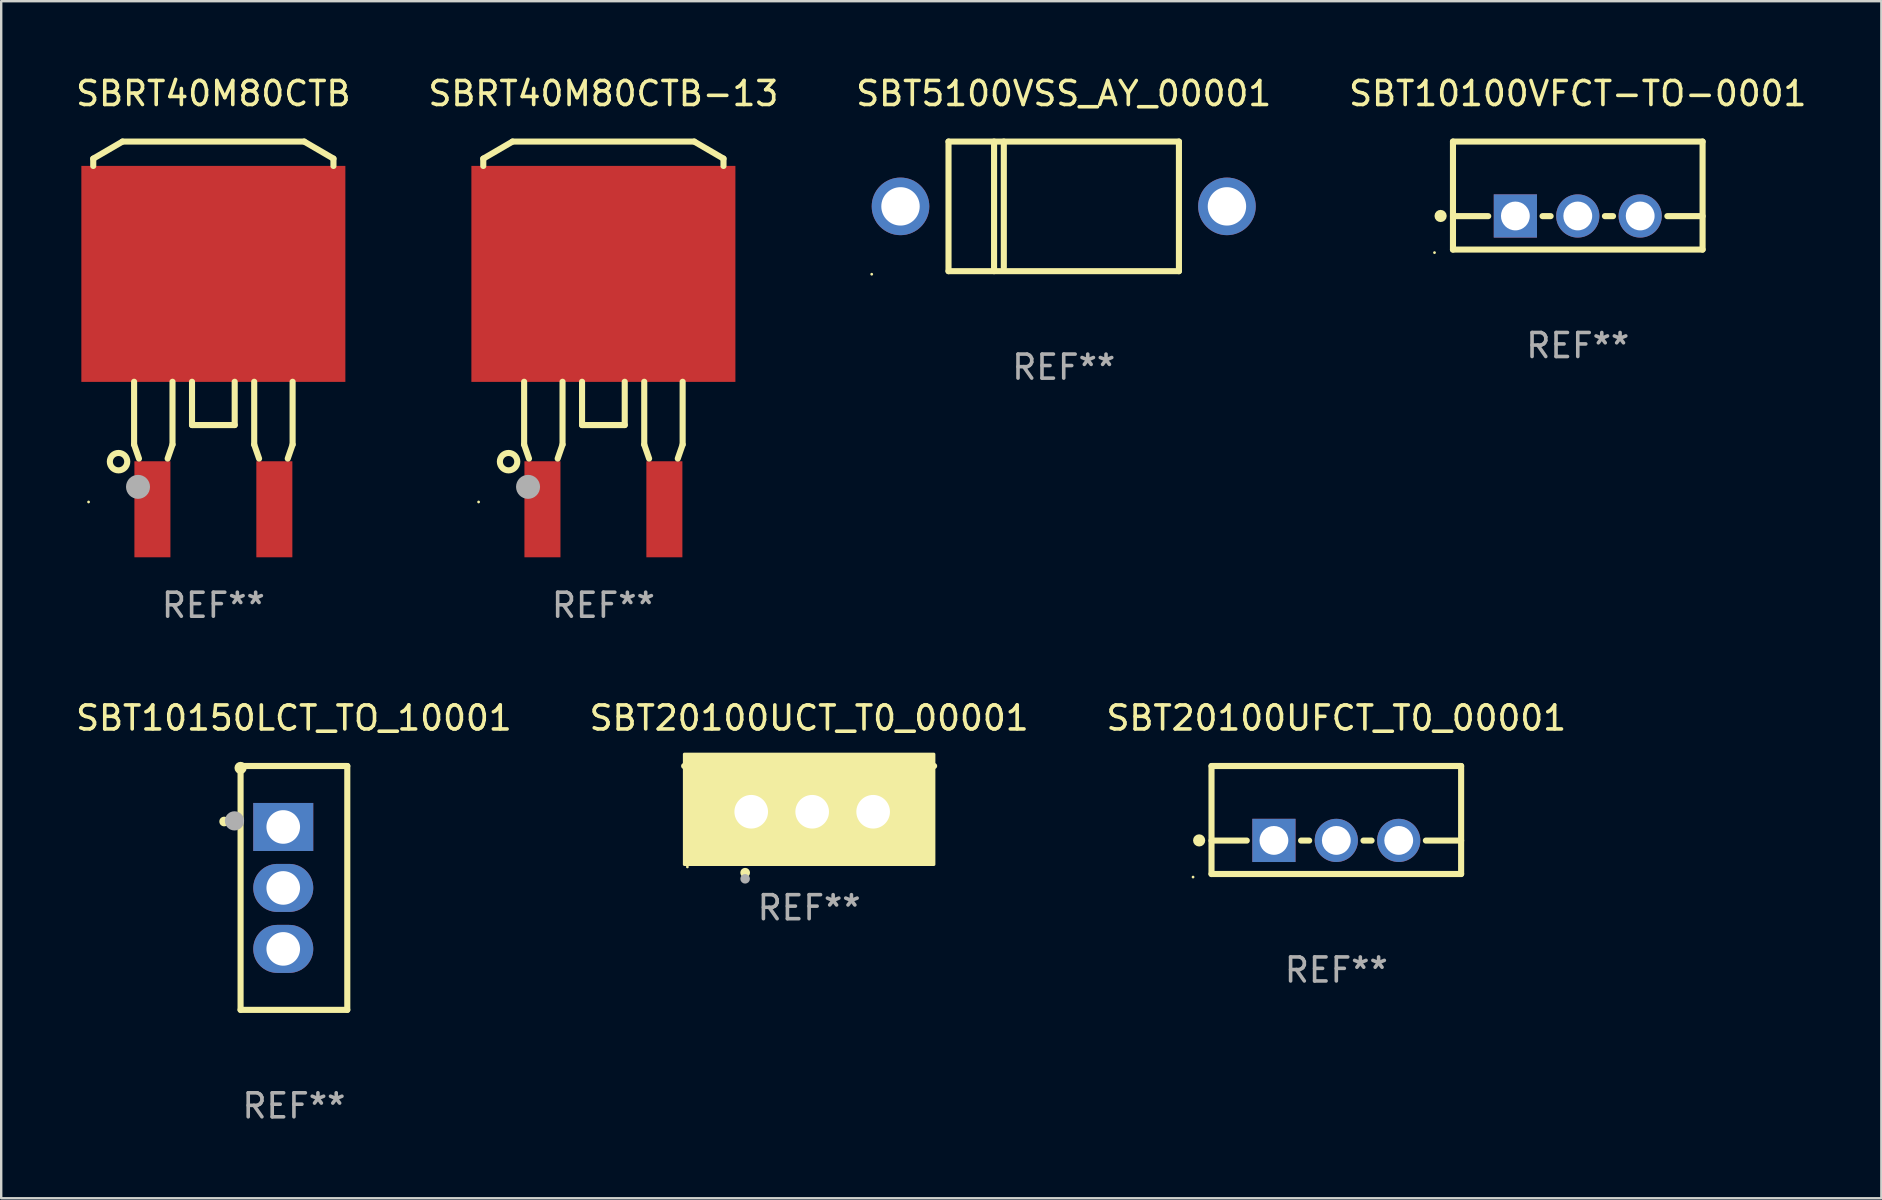
<source format=kicad_pcb>
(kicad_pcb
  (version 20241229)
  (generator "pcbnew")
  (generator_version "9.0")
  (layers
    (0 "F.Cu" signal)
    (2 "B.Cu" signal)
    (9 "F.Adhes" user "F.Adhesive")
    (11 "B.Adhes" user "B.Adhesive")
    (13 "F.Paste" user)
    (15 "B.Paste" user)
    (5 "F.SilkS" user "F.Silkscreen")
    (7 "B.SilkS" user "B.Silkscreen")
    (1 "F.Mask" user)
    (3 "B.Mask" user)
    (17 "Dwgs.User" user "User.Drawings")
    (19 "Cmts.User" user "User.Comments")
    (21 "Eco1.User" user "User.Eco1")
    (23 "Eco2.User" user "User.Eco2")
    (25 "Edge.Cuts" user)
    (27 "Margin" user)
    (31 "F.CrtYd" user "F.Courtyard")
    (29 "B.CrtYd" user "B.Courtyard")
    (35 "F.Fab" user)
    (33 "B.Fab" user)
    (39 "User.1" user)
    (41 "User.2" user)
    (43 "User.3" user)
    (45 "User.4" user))
  (footprint "SBT10150LCT_TO_10001"
    (layer "F.Cu")
    (at 9.196 33.944)
    (property "Reference" "SBT10150LCT_TO_10001" (at 0 -7.08 0) (layer "F.SilkS") (effects (font (size 1 1) (thickness 0.15))))
    (attr through_hole)
    (fp_line (start -2.223 -4.953) (end -2.223 5.08) (stroke (width 0.254) (type solid)) (layer "F.SilkS"))
    (fp_line (start -2.223 5.08) (end 2.223 5.08) (stroke (width 0.254) (type solid)) (layer "F.SilkS"))
    (fp_line (start 2.223 -5.08) (end -2.223 -5.08) (stroke (width 0.254) (type solid)) (layer "F.SilkS"))
    (fp_line (start 2.223 5.08) (end 2.223 -5.08) (stroke (width 0.254) (type solid)) (layer "F.SilkS"))
    (fp_arc (start -2.908306 -2.766066) (mid -2.90831 -2.767336) (end -2.908306 -2.768606) (stroke (width 0.4) (type solid)) (layer "F.SilkS"))
    (fp_circle (center -2.223 -5) (end -2.096 -5) (stroke (width 0.254) (type solid)) (fill no) (layer "F.SilkS"))
    (fp_circle (center -2.477 -2.794) (end -2.277 -2.794) (stroke (width 0.4) (type solid)) (fill no) (layer "F.Fab"))
    (fp_text user "REF**" (at 0 9.08 0) (layer "F.Fab") (effects (font (size 1 1) (thickness 0.15))))
    (pad "1" thru_hole rect (at -0.445 -2.54 270) (size 2 2.5) (drill 1.4) (layers "*.Cu" "*.Mask"))
    (pad "2" thru_hole oval (at -0.445 0 270) (size 2 2.5) (drill 1.4) (layers "*.Cu" "*.Mask"))
    (pad "3" thru_hole oval (at -0.445 2.54 270) (size 2 2.5) (drill 1.4) (layers "*.Cu" "*.Mask")))
  (footprint "SBT5100VSS_AY_00001"
    (layer "F.Cu")
    (at 41.268 5.548)
    (property "Reference" "SBT5100VSS_AY_00001" (at 0 -4.7 0) (layer "F.SilkS") (effects (font (size 1 1) (thickness 0.15))))
    (attr through_hole)
    (fp_line (start -4.8 -2.7) (end -4.8 2.7) (stroke (width 0.254) (type solid)) (layer "F.SilkS"))
    (fp_line (start -4.8 -2.7) (end 4.8 -2.7) (stroke (width 0.254) (type solid)) (layer "F.SilkS"))
    (fp_line (start -2.902 -2.7) (end -2.902 2.7) (stroke (width 0.254) (type solid)) (layer "F.SilkS"))
    (fp_line (start -2.496 -2.7) (end -2.496 2.54) (stroke (width 0.254) (type solid)) (layer "F.SilkS"))
    (fp_line (start 4.8 -2.7) (end 4.8 2.7) (stroke (width 0.254) (type solid)) (layer "F.SilkS"))
    (fp_line (start 4.8 2.7) (end -4.8 2.7) (stroke (width 0.254) (type solid)) (layer "F.SilkS"))
    (fp_circle (center -8 2.827) (end -7.97 2.827) (stroke (width 0.06) (type solid)) (fill no) (layer "F.SilkS"))
    (fp_text user "REF**" (at 0 6.7 0) (layer "F.Fab") (effects (font (size 1 1) (thickness 0.15))))
    (pad "1" thru_hole circle (at -6.8 0) (size 2.4 2.4) (drill 1.6) (layers "*.Cu" "*.Mask"))
    (pad "2" thru_hole circle (at 6.8 0) (size 2.4 2.4) (drill 1.6) (layers "*.Cu" "*.Mask")))
  (footprint "SBT20100UFCT_T0_00001"
    (layer "F.Cu")
    (at 52.625 31.114)
    (property "Reference" "SBT20100UFCT_T0_00001" (at 0 -4.25 0) (layer "F.SilkS") (effects (font (size 1 1) (thickness 0.15))))
    (attr through_hole)
    (fp_line (start -5.2 -2.25) (end -5.2 2.25) (stroke (width 0.254) (type solid)) (layer "F.SilkS"))
    (fp_line (start -5.2 -2.25) (end 5.2 -2.25) (stroke (width 0.254) (type solid)) (layer "F.SilkS"))
    (fp_line (start -5.2 0.857) (end -3.731 0.857) (stroke (width 0.254) (type solid)) (layer "F.SilkS"))
    (fp_line (start -5.2 2.25) (end 5.2 2.25) (stroke (width 0.254) (type solid)) (layer "F.SilkS"))
    (fp_line (start -1.469 0.857) (end -1.131 0.857) (stroke (width 0.254) (type solid)) (layer "F.SilkS"))
    (fp_line (start 1.131 0.857) (end 1.469 0.857) (stroke (width 0.254) (type solid)) (layer "F.SilkS"))
    (fp_line (start 3.731 0.857) (end 5.2 0.857) (stroke (width 0.254) (type solid)) (layer "F.SilkS"))
    (fp_line (start 5.2 -2.25) (end 5.2 2.25) (stroke (width 0.254) (type solid)) (layer "F.SilkS"))
    (fp_circle (center -5.969 2.377) (end -5.939 2.377) (stroke (width 0.06) (type solid)) (fill no) (layer "F.SilkS"))
    (fp_circle (center -5.715 0.85) (end -5.588 0.85) (stroke (width 0.254) (type solid)) (fill no) (layer "F.SilkS"))
    (fp_text user "REF**" (at 0 6.25 0) (layer "F.Fab") (effects (font (size 1 1) (thickness 0.15))))
    (pad "1" thru_hole rect (at -2.6 0.85) (size 1.8 1.8) (drill 1.2) (layers "*.Cu" "*.Mask"))
    (pad "2" thru_hole circle (at 0 0.85) (size 1.8 1.8) (drill 1.2) (layers "*.Cu" "*.Mask"))
    (pad "3" thru_hole circle (at 2.6 0.85) (size 1.8 1.8) (drill 1.2) (layers "*.Cu" "*.Mask")))
  (footprint "SBT10100VFCT-TO-0001"
    (layer "F.Cu")
    (at 62.685 5.098)
    (property "Reference" "SBT10100VFCT-TO-0001" (at 0 -4.25 0) (layer "F.SilkS") (effects (font (size 1 1) (thickness 0.15))))
    (attr through_hole)
    (fp_line (start -5.2 -2.25) (end -5.2 2.25) (stroke (width 0.254) (type solid)) (layer "F.SilkS"))
    (fp_line (start -5.2 -2.25) (end 5.2 -2.25) (stroke (width 0.254) (type solid)) (layer "F.SilkS"))
    (fp_line (start -5.2 0.857) (end -3.731 0.857) (stroke (width 0.254) (type solid)) (layer "F.SilkS"))
    (fp_line (start -5.2 2.25) (end 5.2 2.25) (stroke (width 0.254) (type solid)) (layer "F.SilkS"))
    (fp_line (start -1.469 0.857) (end -1.131 0.857) (stroke (width 0.254) (type solid)) (layer "F.SilkS"))
    (fp_line (start 1.131 0.857) (end 1.469 0.857) (stroke (width 0.254) (type solid)) (layer "F.SilkS"))
    (fp_line (start 3.731 0.857) (end 5.2 0.857) (stroke (width 0.254) (type solid)) (layer "F.SilkS"))
    (fp_line (start 5.2 -2.25) (end 5.2 2.25) (stroke (width 0.254) (type solid)) (layer "F.SilkS"))
    (fp_circle (center -5.969 2.377) (end -5.939 2.377) (stroke (width 0.06) (type solid)) (fill no) (layer "F.SilkS"))
    (fp_circle (center -5.715 0.85) (end -5.588 0.85) (stroke (width 0.254) (type solid)) (fill no) (layer "F.SilkS"))
    (fp_text user "REF**" (at 0 6.25 0) (layer "F.Fab") (effects (font (size 1 1) (thickness 0.15))))
    (pad "1" thru_hole rect (at -2.6 0.85) (size 1.8 1.8) (drill 1.2) (layers "*.Cu" "*.Mask"))
    (pad "2" thru_hole circle (at 0 0.85) (size 1.8 1.8) (drill 1.2) (layers "*.Cu" "*.Mask"))
    (pad "3" thru_hole circle (at 2.6 0.85) (size 1.8 1.8) (drill 1.2) (layers "*.Cu" "*.Mask")))
  (footprint "SBRT40M80CTB"
    (layer "F.Cu")
    (at 5.839 10.508)
    (property "Reference" "SBRT40M80CTB" (at 0 -9.66 0) (layer "F.SilkS") (effects (font (size 1 1) (thickness 0.15))))
    (attr through_hole)
    (fp_line (start -5.004 -6.949) (end -3.785 -7.66) (stroke (width 0.254) (type solid)) (layer "F.SilkS"))
    (fp_line (start -5.004 -6.644) (end -5.004 -6.949) (stroke (width 0.254) (type solid)) (layer "F.SilkS"))
    (fp_line (start -3.785 -7.66) (end 3.785 -7.66) (stroke (width 0.254) (type solid)) (layer "F.SilkS"))
    (fp_line (start -3.302 2.348) (end -3.302 4.964) (stroke (width 0.254) (type solid)) (layer "F.SilkS"))
    (fp_line (start -3.302 4.964) (end -3.099 5.548) (stroke (width 0.254) (type solid)) (layer "F.SilkS"))
    (fp_line (start -1.905 5.548) (end -1.702 4.964) (stroke (width 0.254) (type solid)) (layer "F.SilkS"))
    (fp_line (start -1.702 4.964) (end -1.702 2.348) (stroke (width 0.254) (type solid)) (layer "F.SilkS"))
    (fp_line (start -0.889 2.348) (end -0.889 4.151) (stroke (width 0.254) (type solid)) (layer "F.SilkS"))
    (fp_line (start -0.889 4.151) (end 0.889 4.151) (stroke (width 0.254) (type solid)) (layer "F.SilkS"))
    (fp_line (start 0.889 4.151) (end 0.889 2.348) (stroke (width 0.254) (type solid)) (layer "F.SilkS"))
    (fp_line (start 1.702 2.348) (end 1.702 4.964) (stroke (width 0.254) (type solid)) (layer "F.SilkS"))
    (fp_line (start 1.702 4.964) (end 1.905 5.548) (stroke (width 0.254) (type solid)) (layer "F.SilkS"))
    (fp_line (start 3.099 5.548) (end 3.302 4.964) (stroke (width 0.254) (type solid)) (layer "F.SilkS"))
    (fp_line (start 3.302 4.964) (end 3.302 2.348) (stroke (width 0.254) (type solid)) (layer "F.SilkS"))
    (fp_line (start 3.785 -7.66) (end 5.004 -6.949) (stroke (width 0.254) (type solid)) (layer "F.SilkS"))
    (fp_line (start 5.004 -6.949) (end 5.004 -6.644) (stroke (width 0.254) (type solid)) (layer "F.SilkS"))
    (fp_circle (center -5.199 7.356) (end -5.169 7.356) (stroke (width 0.06) (type solid)) (fill no) (layer "F.SilkS"))
    (fp_circle (center -3.95 5.676) (end -3.587 5.676) (stroke (width 0.254) (type solid)) (fill no) (layer "F.SilkS"))
    (fp_circle (center -3.139 6.726) (end -2.889 6.726) (stroke (width 0.5) (type solid)) (fill no) (layer "F.Fab"))
    (fp_text user "REF**" (at 0 11.66 0) (layer "F.Fab") (effects (font (size 1 1) (thickness 0.15))))
    (pad "1" smd rect (at -2.539 7.66) (size 1.501 4.001) (layers "F.Cu" "F.Mask" "F.Paste"))
    (pad "2" smd rect (at 0.000127 -2.147) (size 11 8.999) (layers "F.Cu" "F.Mask" "F.Paste"))
    (pad "3" smd rect (at 2.541 7.66) (size 1.501 4.001) (layers "F.Cu" "F.Mask" "F.Paste")))
  (footprint "SBRT40M80CTB-13"
    (layer "F.Cu")
    (at 22.089 10.508)
    (property "Reference" "SBRT40M80CTB-13" (at 0 -9.66 0) (layer "F.SilkS") (effects (font (size 1 1) (thickness 0.15))))
    (attr through_hole)
    (fp_line (start -5.004 -6.949) (end -3.785 -7.66) (stroke (width 0.254) (type solid)) (layer "F.SilkS"))
    (fp_line (start -5.004 -6.644) (end -5.004 -6.949) (stroke (width 0.254) (type solid)) (layer "F.SilkS"))
    (fp_line (start -3.785 -7.66) (end 3.785 -7.66) (stroke (width 0.254) (type solid)) (layer "F.SilkS"))
    (fp_line (start -3.302 2.348) (end -3.302 4.964) (stroke (width 0.254) (type solid)) (layer "F.SilkS"))
    (fp_line (start -3.302 4.964) (end -3.099 5.548) (stroke (width 0.254) (type solid)) (layer "F.SilkS"))
    (fp_line (start -1.905 5.548) (end -1.702 4.964) (stroke (width 0.254) (type solid)) (layer "F.SilkS"))
    (fp_line (start -1.702 4.964) (end -1.702 2.348) (stroke (width 0.254) (type solid)) (layer "F.SilkS"))
    (fp_line (start -0.889 2.348) (end -0.889 4.151) (stroke (width 0.254) (type solid)) (layer "F.SilkS"))
    (fp_line (start -0.889 4.151) (end 0.889 4.151) (stroke (width 0.254) (type solid)) (layer "F.SilkS"))
    (fp_line (start 0.889 4.151) (end 0.889 2.348) (stroke (width 0.254) (type solid)) (layer "F.SilkS"))
    (fp_line (start 1.702 2.348) (end 1.702 4.964) (stroke (width 0.254) (type solid)) (layer "F.SilkS"))
    (fp_line (start 1.702 4.964) (end 1.905 5.548) (stroke (width 0.254) (type solid)) (layer "F.SilkS"))
    (fp_line (start 3.099 5.548) (end 3.302 4.964) (stroke (width 0.254) (type solid)) (layer "F.SilkS"))
    (fp_line (start 3.302 4.964) (end 3.302 2.348) (stroke (width 0.254) (type solid)) (layer "F.SilkS"))
    (fp_line (start 3.785 -7.66) (end 5.004 -6.949) (stroke (width 0.254) (type solid)) (layer "F.SilkS"))
    (fp_line (start 5.004 -6.949) (end 5.004 -6.644) (stroke (width 0.254) (type solid)) (layer "F.SilkS"))
    (fp_circle (center -5.199 7.356) (end -5.169 7.356) (stroke (width 0.06) (type solid)) (fill no) (layer "F.SilkS"))
    (fp_circle (center -3.95 5.676) (end -3.587 5.676) (stroke (width 0.254) (type solid)) (fill no) (layer "F.SilkS"))
    (fp_circle (center -3.139 6.726) (end -2.889 6.726) (stroke (width 0.5) (type solid)) (fill no) (layer "F.Fab"))
    (fp_text user "REF**" (at 0 11.66 0) (layer "F.Fab") (effects (font (size 1 1) (thickness 0.15))))
    (pad "1" smd rect (at -2.539 7.66) (size 1.501 4.001) (layers "F.Cu" "F.Mask" "F.Paste"))
    (pad "2" smd rect (at 0.000127 -2.147) (size 11 8.999) (layers "F.Cu" "F.Mask" "F.Paste"))
    (pad "3" smd rect (at 2.541 7.66) (size 1.501 4.001) (layers "F.Cu" "F.Mask" "F.Paste")))
  (footprint "SBT20100UCT_T0_00001"
    (layer "F.Cu")
    (at 30.661 29.817)
    (property "Reference" "SBT20100UCT_T0_00001" (at 0 -2.953 0) (layer "F.SilkS") (effects (font (size 1 1) (thickness 0.15))))
    (attr through_hole)
    (fp_line (start 5.207 -0.953) (end -5.207 -0.953) (stroke (width 0.254) (type solid)) (layer "F.SilkS"))
    (fp_arc (start -2.66698 3.49252) (mid -2.66571 3.492516) (end -2.66444 3.49252) (stroke (width 0.4) (type solid)) (layer "F.SilkS"))
    (fp_circle (center -5.073 3.252) (end -5.043 3.252) (stroke (width 0.06) (type solid)) (fill no) (layer "F.SilkS"))
    (fp_poly (pts (xy -5.2 -1.448) (xy 5.2 -1.448) (xy 5.2 3.152) (xy -5.2 3.152)) (stroke (width 0.12) (type solid)) (fill yes) (layer "F.SilkS"))
    (fp_circle (center -2.667 3.747) (end -2.567 3.747) (stroke (width 0.2) (type solid)) (fill no) (layer "F.Fab"))
    (fp_text user "REF**" (at 0 4.953 0) (layer "F.Fab") (effects (font (size 1 1) (thickness 0.15))))
    (pad "1" thru_hole rect (at -2.413 0.953) (size 2 2.5) (drill 1.4) (layers "*.Cu" "*.Mask"))
    (pad "2" thru_hole oval (at 0.127 0.953) (size 2 2.5) (drill 1.4) (layers "*.Cu" "*.Mask"))
    (pad "3" thru_hole oval (at 2.667 0.953) (size 2 2.5) (drill 1.4) (layers "*.Cu" "*.Mask")))
  (gr_rect
    (start -3 -3)
    (end 75.333 46.873)
    (stroke (width 0.1) (type default))
    (fill no)
    (layer "Edge.Cuts")))
</source>
